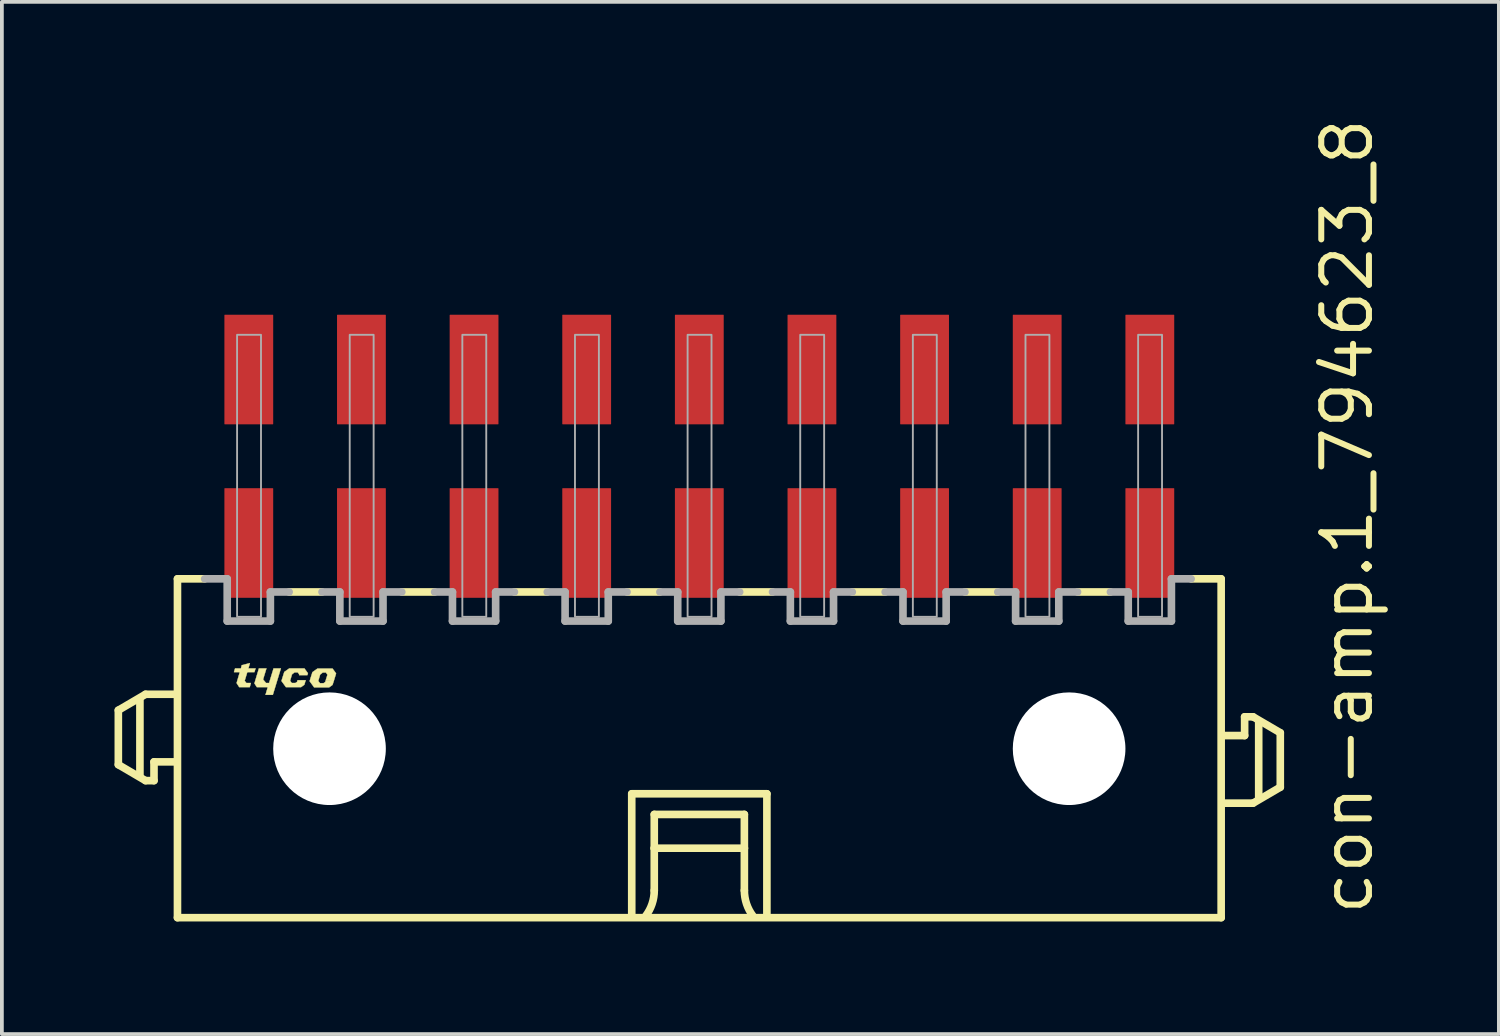
<source format=kicad_pcb>
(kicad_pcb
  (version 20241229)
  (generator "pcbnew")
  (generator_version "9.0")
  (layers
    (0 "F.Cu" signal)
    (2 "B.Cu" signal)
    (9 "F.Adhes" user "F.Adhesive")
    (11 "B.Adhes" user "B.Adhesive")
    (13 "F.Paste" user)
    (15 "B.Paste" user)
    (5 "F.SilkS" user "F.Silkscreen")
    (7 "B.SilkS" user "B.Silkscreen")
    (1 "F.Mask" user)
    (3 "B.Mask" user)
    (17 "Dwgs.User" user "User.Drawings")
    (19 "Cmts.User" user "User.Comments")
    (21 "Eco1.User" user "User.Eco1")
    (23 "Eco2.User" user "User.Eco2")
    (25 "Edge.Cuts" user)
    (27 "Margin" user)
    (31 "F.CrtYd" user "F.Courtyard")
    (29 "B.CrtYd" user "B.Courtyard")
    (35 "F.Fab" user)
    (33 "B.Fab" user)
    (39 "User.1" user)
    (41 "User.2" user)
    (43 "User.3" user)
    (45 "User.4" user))
  (footprint "con-amp.1_794623_8"
    (layer "F.Cu")
    (at 15.577 16.893)
    (property "Reference" "con-amp.1_794623_8" (at 18 4.5 90) (layer "F.SilkS") (effects (font (size 1.27 1.27) (thickness 0.16)) (justify left bottom)))
    (attr smd)
    (fp_line (start -15.475 -1.025) (end -15.475 0.425) (stroke (width 0.203) (type default)) (layer "F.SilkS"))
    (fp_line (start -15.475 0.425) (end -14.75 0.85) (stroke (width 0.203) (type default)) (layer "F.SilkS"))
    (fp_line (start -14.9 0.7) (end -14.9 -1.3) (stroke (width 0.203) (type default)) (layer "F.SilkS"))
    (fp_line (start -14.75 -1.45) (end -15.475 -1.025) (stroke (width 0.203) (type default)) (layer "F.SilkS"))
    (fp_line (start -14.75 0.85) (end -14.525 0.85) (stroke (width 0.203) (type default)) (layer "F.SilkS"))
    (fp_line (start -14.525 0.35) (end -14 0.35) (stroke (width 0.203) (type default)) (layer "F.SilkS"))
    (fp_line (start -14.525 0.85) (end -14.525 0.35) (stroke (width 0.203) (type default)) (layer "F.SilkS"))
    (fp_line (start -14 -1.45) (end -14.75 -1.45) (stroke (width 0.203) (type default)) (layer "F.SilkS"))
    (fp_line (start -13.9 -4.525) (end -13.9 4.5) (stroke (width 0.203) (type default)) (layer "F.SilkS"))
    (fp_line (start -13.9 -4.525) (end -13.175 -4.525) (stroke (width 0.203) (type default)) (layer "F.SilkS"))
    (fp_line (start -13.9 4.5) (end 13.9 4.5) (stroke (width 0.203) (type default)) (layer "F.SilkS"))
    (fp_line (start -10.05 -4.175) (end -10.925 -4.175) (stroke (width 0.203) (type default)) (layer "F.SilkS"))
    (fp_line (start -7.05 -4.175) (end -7.925 -4.175) (stroke (width 0.203) (type default)) (layer "F.SilkS"))
    (fp_line (start -4.05 -4.175) (end -4.925 -4.175) (stroke (width 0.203) (type default)) (layer "F.SilkS"))
    (fp_line (start -1.8 1.2) (end 1.8 1.2) (stroke (width 0.203) (type default)) (layer "F.SilkS"))
    (fp_line (start -1.8 4.4) (end -1.8 1.2) (stroke (width 0.203) (type default)) (layer "F.SilkS"))
    (fp_line (start -1.2 1.75) (end -1.2 2.65) (stroke (width 0.203) (type default)) (layer "F.SilkS"))
    (fp_line (start -1.2 2.65) (end -1.2 3.775) (stroke (width 0.203) (type default)) (layer "F.SilkS"))
    (fp_line (start -1.2 2.65) (end 1.2 2.65) (stroke (width 0.203) (type default)) (layer "F.SilkS"))
    (fp_line (start -1.05 -4.175) (end -1.925 -4.175) (stroke (width 0.203) (type default)) (layer "F.SilkS"))
    (fp_line (start 1.2 1.75) (end -1.2 1.75) (stroke (width 0.203) (type default)) (layer "F.SilkS"))
    (fp_line (start 1.2 2.65) (end 1.2 1.75) (stroke (width 0.203) (type default)) (layer "F.SilkS"))
    (fp_line (start 1.2 2.65) (end 1.2 3.775) (stroke (width 0.203) (type default)) (layer "F.SilkS"))
    (fp_line (start 1.8 1.2) (end 1.8 4.4) (stroke (width 0.203) (type default)) (layer "F.SilkS"))
    (fp_line (start 1.95 -4.175) (end 1.075 -4.175) (stroke (width 0.203) (type default)) (layer "F.SilkS"))
    (fp_line (start 4.95 -4.175) (end 4.075 -4.175) (stroke (width 0.203) (type default)) (layer "F.SilkS"))
    (fp_line (start 7.95 -4.175) (end 7.075 -4.175) (stroke (width 0.203) (type default)) (layer "F.SilkS"))
    (fp_line (start 10.95 -4.175) (end 10.075 -4.175) (stroke (width 0.203) (type default)) (layer "F.SilkS"))
    (fp_line (start 13.9 -4.525) (end 13.1 -4.525) (stroke (width 0.203) (type default)) (layer "F.SilkS"))
    (fp_line (start 13.9 4.5) (end 13.9 -4.525) (stroke (width 0.203) (type default)) (layer "F.SilkS"))
    (fp_line (start 14 1.45) (end 14.75 1.45) (stroke (width 0.203) (type default)) (layer "F.SilkS"))
    (fp_line (start 14.525 -0.85) (end 14.525 -0.35) (stroke (width 0.203) (type default)) (layer "F.SilkS"))
    (fp_line (start 14.525 -0.35) (end 14 -0.35) (stroke (width 0.203) (type default)) (layer "F.SilkS"))
    (fp_line (start 14.75 -0.85) (end 14.525 -0.85) (stroke (width 0.203) (type default)) (layer "F.SilkS"))
    (fp_line (start 14.75 1.45) (end 15.475 1.025) (stroke (width 0.203) (type default)) (layer "F.SilkS"))
    (fp_line (start 14.9 1.3) (end 14.9 -0.7) (stroke (width 0.203) (type default)) (layer "F.SilkS"))
    (fp_line (start 15.475 -0.425) (end 14.75 -0.85) (stroke (width 0.203) (type default)) (layer "F.SilkS"))
    (fp_line (start 15.475 1.025) (end 15.475 -0.425) (stroke (width 0.203) (type default)) (layer "F.SilkS"))
    (fp_arc (start -1.2 3.775) (mid -1.257731 4.130756) (end -1.425 4.45) (stroke (width 0.2032) (type default)) (layer "F.SilkS"))
    (fp_arc (start 1.425 4.45) (mid 1.257731 4.130756) (end 1.2 3.775) (stroke (width 0.2032) (type default)) (layer "F.SilkS"))
    (fp_poly (pts (xy -11.73 -2.14) (xy -11.53 -2.14) (xy -11.62 -1.845) (xy -11.54 -1.75) (xy -11.46 -1.75) (xy -11.34 -2.14) (xy -11.145 -2.14) (xy -11.36 -1.435) (xy -11.555 -1.435) (xy -11.495 -1.64) (xy -11.785 -1.64) (xy -11.85 -1.74)) (stroke (width 0.01) (type default)) (fill yes) (layer "F.SilkS"))
    (fp_poly (pts (xy -12.365 -2.14) (xy -12.21 -2.14) (xy -12.188 -2.225) (xy -11.97 -2.28) (xy -12.01 -2.14) (xy -11.82 -2.14) (xy -11.85 -2.04) (xy -12.04 -2.04) (xy -12.11 -1.81) (xy -12.065 -1.75) (xy -11.945 -1.75) (xy -11.975 -1.64) (xy -12.255 -1.64) (xy -12.325 -1.75) (xy -12.24 -2.04) (xy -12.395 -2.04)) (stroke (width 0.01) (type default)) (fill yes) (layer "F.SilkS"))
    (fp_poly (pts (xy -10.66 -1.96) (xy -10.44 -1.96) (xy -10.425 -2.01) (xy -10.52 -2.14) (xy -10.92 -2.14) (xy -11.055 -2.045) (xy -11.13 -1.805) (xy -11.01 -1.64) (xy -10.61 -1.64) (xy -10.52 -1.705) (xy -10.485 -1.825) (xy -10.7 -1.825) (xy -10.715 -1.78) (xy -10.76 -1.75) (xy -10.855 -1.75) (xy -10.9 -1.81) (xy -10.85 -1.98) (xy -10.78 -2.035) (xy -10.695 -2.035) (xy -10.655 -1.975)) (stroke (width 0.01) (type default)) (fill yes) (layer "F.SilkS"))
    (fp_poly (pts (xy -9.95 -1.825) (xy -9.73 -1.825) (xy -9.675 -2.005) (xy -9.77 -2.135) (xy -10.17 -2.135) (xy -10.305 -2.04) (xy -10.38 -1.8) (xy -10.26 -1.635) (xy -9.86 -1.635) (xy -9.77 -1.7) (xy -9.73 -1.825) (xy -9.95 -1.82) (xy -9.965 -1.775) (xy -10.01 -1.745) (xy -10.105 -1.745) (xy -10.15 -1.805) (xy -10.1 -1.975) (xy -10.03 -2.03) (xy -9.945 -2.03) (xy -9.905 -1.97)) (stroke (width 0.01) (type default)) (fill yes) (layer "F.SilkS"))
    (fp_line (start -12.575 -4.525) (end -13.175 -4.525) (stroke (width 0.203) (type default)) (layer "F.Fab"))
    (fp_line (start -12.575 -3.4) (end -12.575 -4.525) (stroke (width 0.203) (type default)) (layer "F.Fab"))
    (fp_line (start -11.425 -4.175) (end -11.425 -3.4) (stroke (width 0.203) (type default)) (layer "F.Fab"))
    (fp_line (start -11.425 -3.4) (end -12.575 -3.4) (stroke (width 0.203) (type default)) (layer "F.Fab"))
    (fp_line (start -10.925 -4.175) (end -11.425 -4.175) (stroke (width 0.203) (type default)) (layer "F.Fab"))
    (fp_line (start -9.575 -4.175) (end -10.05 -4.175) (stroke (width 0.203) (type default)) (layer "F.Fab"))
    (fp_line (start -9.575 -3.4) (end -9.575 -4.175) (stroke (width 0.203) (type default)) (layer "F.Fab"))
    (fp_line (start -8.425 -4.175) (end -8.425 -3.4) (stroke (width 0.203) (type default)) (layer "F.Fab"))
    (fp_line (start -8.425 -3.4) (end -9.575 -3.4) (stroke (width 0.203) (type default)) (layer "F.Fab"))
    (fp_line (start -7.925 -4.175) (end -8.425 -4.175) (stroke (width 0.203) (type default)) (layer "F.Fab"))
    (fp_line (start -6.575 -4.175) (end -7.05 -4.175) (stroke (width 0.203) (type default)) (layer "F.Fab"))
    (fp_line (start -6.575 -3.4) (end -6.575 -4.175) (stroke (width 0.203) (type default)) (layer "F.Fab"))
    (fp_line (start -5.425 -4.175) (end -5.425 -3.4) (stroke (width 0.203) (type default)) (layer "F.Fab"))
    (fp_line (start -5.425 -3.4) (end -6.575 -3.4) (stroke (width 0.203) (type default)) (layer "F.Fab"))
    (fp_line (start -4.925 -4.175) (end -5.425 -4.175) (stroke (width 0.203) (type default)) (layer "F.Fab"))
    (fp_line (start -3.575 -4.175) (end -4.05 -4.175) (stroke (width 0.203) (type default)) (layer "F.Fab"))
    (fp_line (start -3.575 -3.4) (end -3.575 -4.175) (stroke (width 0.203) (type default)) (layer "F.Fab"))
    (fp_line (start -2.425 -4.175) (end -2.425 -3.4) (stroke (width 0.203) (type default)) (layer "F.Fab"))
    (fp_line (start -2.425 -3.4) (end -3.575 -3.4) (stroke (width 0.203) (type default)) (layer "F.Fab"))
    (fp_line (start -1.925 -4.175) (end -2.425 -4.175) (stroke (width 0.203) (type default)) (layer "F.Fab"))
    (fp_line (start -0.575 -4.175) (end -1.05 -4.175) (stroke (width 0.203) (type default)) (layer "F.Fab"))
    (fp_line (start -0.575 -3.4) (end -0.575 -4.175) (stroke (width 0.203) (type default)) (layer "F.Fab"))
    (fp_line (start 0.575 -4.175) (end 0.575 -3.4) (stroke (width 0.203) (type default)) (layer "F.Fab"))
    (fp_line (start 0.575 -3.4) (end -0.575 -3.4) (stroke (width 0.203) (type default)) (layer "F.Fab"))
    (fp_line (start 1.075 -4.175) (end 0.575 -4.175) (stroke (width 0.203) (type default)) (layer "F.Fab"))
    (fp_line (start 2.425 -4.175) (end 1.95 -4.175) (stroke (width 0.203) (type default)) (layer "F.Fab"))
    (fp_line (start 2.425 -3.4) (end 2.425 -4.175) (stroke (width 0.203) (type default)) (layer "F.Fab"))
    (fp_line (start 3.575 -4.175) (end 3.575 -3.4) (stroke (width 0.203) (type default)) (layer "F.Fab"))
    (fp_line (start 3.575 -3.4) (end 2.425 -3.4) (stroke (width 0.203) (type default)) (layer "F.Fab"))
    (fp_line (start 4.075 -4.175) (end 3.575 -4.175) (stroke (width 0.203) (type default)) (layer "F.Fab"))
    (fp_line (start 5.425 -4.175) (end 4.95 -4.175) (stroke (width 0.203) (type default)) (layer "F.Fab"))
    (fp_line (start 5.425 -3.4) (end 5.425 -4.175) (stroke (width 0.203) (type default)) (layer "F.Fab"))
    (fp_line (start 6.575 -4.175) (end 6.575 -3.4) (stroke (width 0.203) (type default)) (layer "F.Fab"))
    (fp_line (start 6.575 -3.4) (end 5.425 -3.4) (stroke (width 0.203) (type default)) (layer "F.Fab"))
    (fp_line (start 7.075 -4.175) (end 6.575 -4.175) (stroke (width 0.203) (type default)) (layer "F.Fab"))
    (fp_line (start 8.425 -4.175) (end 7.95 -4.175) (stroke (width 0.203) (type default)) (layer "F.Fab"))
    (fp_line (start 8.425 -3.4) (end 8.425 -4.175) (stroke (width 0.203) (type default)) (layer "F.Fab"))
    (fp_line (start 9.575 -4.175) (end 9.575 -3.4) (stroke (width 0.203) (type default)) (layer "F.Fab"))
    (fp_line (start 9.575 -3.4) (end 8.425 -3.4) (stroke (width 0.203) (type default)) (layer "F.Fab"))
    (fp_line (start 10.075 -4.175) (end 9.575 -4.175) (stroke (width 0.203) (type default)) (layer "F.Fab"))
    (fp_line (start 11.425 -4.175) (end 10.95 -4.175) (stroke (width 0.203) (type default)) (layer "F.Fab"))
    (fp_line (start 11.425 -3.4) (end 11.425 -4.175) (stroke (width 0.203) (type default)) (layer "F.Fab"))
    (fp_line (start 12.575 -4.525) (end 12.575 -3.4) (stroke (width 0.203) (type default)) (layer "F.Fab"))
    (fp_line (start 12.575 -3.4) (end 11.425 -3.4) (stroke (width 0.203) (type default)) (layer "F.Fab"))
    (fp_line (start 13.1 -4.525) (end 12.575 -4.525) (stroke (width 0.203) (type default)) (layer "F.Fab"))
    (fp_rect (start -12.312 -3.513) (end -11.675 -11.025) (stroke (width 0.05) (type default)) (fill no) (layer "F.Fab"))
    (fp_rect (start -9.312 -3.513) (end -8.675 -11.025) (stroke (width 0.05) (type default)) (fill no) (layer "F.Fab"))
    (fp_rect (start -6.312 -3.513) (end -5.675 -11.025) (stroke (width 0.05) (type default)) (fill no) (layer "F.Fab"))
    (fp_rect (start -3.312 -3.513) (end -2.675 -11.025) (stroke (width 0.05) (type default)) (fill no) (layer "F.Fab"))
    (fp_rect (start -0.312 -3.513) (end 0.325 -11.025) (stroke (width 0.05) (type default)) (fill no) (layer "F.Fab"))
    (fp_rect (start 2.688 -3.513) (end 3.325 -11.025) (stroke (width 0.05) (type default)) (fill no) (layer "F.Fab"))
    (fp_rect (start 5.688 -3.513) (end 6.325 -11.025) (stroke (width 0.05) (type default)) (fill no) (layer "F.Fab"))
    (fp_rect (start 8.688 -3.513) (end 9.325 -11.025) (stroke (width 0.05) (type default)) (fill no) (layer "F.Fab"))
    (fp_rect (start 11.688 -3.513) (end 12.325 -11.025) (stroke (width 0.05) (type default)) (fill no) (layer "F.Fab"))
    (pad "" np_thru_hole circle (at -9.85 0) (size 3 3) (drill 3) (layers "*.Cu" "*.Mask"))
    (pad "" np_thru_hole circle (at 9.85 0) (size 3 3) (drill 3) (layers "*.Cu" "*.Mask"))
    (pad "1" smd roundrect (at 12 -10.1) (size 1.3 2.92) (layers "F.Cu" "F.Mask" "F.Paste") (roundrect_rratio 0.01))
    (pad "2" smd roundrect (at 12 -5.48) (size 1.3 2.92) (layers "F.Cu" "F.Mask" "F.Paste") (roundrect_rratio 0.01))
    (pad "3" smd roundrect (at 9 -10.1) (size 1.3 2.92) (layers "F.Cu" "F.Mask" "F.Paste") (roundrect_rratio 0.01))
    (pad "4" smd roundrect (at 9 -5.48) (size 1.3 2.92) (layers "F.Cu" "F.Mask" "F.Paste") (roundrect_rratio 0.01))
    (pad "5" smd roundrect (at 6 -10.1) (size 1.3 2.92) (layers "F.Cu" "F.Mask" "F.Paste") (roundrect_rratio 0.01))
    (pad "6" smd roundrect (at 6 -5.48) (size 1.3 2.92) (layers "F.Cu" "F.Mask" "F.Paste") (roundrect_rratio 0.01))
    (pad "7" smd roundrect (at 3 -10.1) (size 1.3 2.92) (layers "F.Cu" "F.Mask" "F.Paste") (roundrect_rratio 0.01))
    (pad "8" smd roundrect (at 3 -5.48) (size 1.3 2.92) (layers "F.Cu" "F.Mask" "F.Paste") (roundrect_rratio 0.01))
    (pad "9" smd roundrect (at 0 -10.1) (size 1.3 2.92) (layers "F.Cu" "F.Mask" "F.Paste") (roundrect_rratio 0.01))
    (pad "10" smd roundrect (at 0 -5.48) (size 1.3 2.92) (layers "F.Cu" "F.Mask" "F.Paste") (roundrect_rratio 0.01))
    (pad "11" smd roundrect (at -3 -10.1) (size 1.3 2.92) (layers "F.Cu" "F.Mask" "F.Paste") (roundrect_rratio 0.01))
    (pad "12" smd roundrect (at -3 -5.48) (size 1.3 2.92) (layers "F.Cu" "F.Mask" "F.Paste") (roundrect_rratio 0.01))
    (pad "13" smd roundrect (at -6 -10.1) (size 1.3 2.92) (layers "F.Cu" "F.Mask" "F.Paste") (roundrect_rratio 0.01))
    (pad "14" smd roundrect (at -6 -5.48) (size 1.3 2.92) (layers "F.Cu" "F.Mask" "F.Paste") (roundrect_rratio 0.01))
    (pad "15" smd roundrect (at -9 -10.1) (size 1.3 2.92) (layers "F.Cu" "F.Mask" "F.Paste") (roundrect_rratio 0.01))
    (pad "16" smd roundrect (at -9 -5.48) (size 1.3 2.92) (layers "F.Cu" "F.Mask" "F.Paste") (roundrect_rratio 0.01))
    (pad "17" smd roundrect (at -12 -10.1) (size 1.3 2.92) (layers "F.Cu" "F.Mask" "F.Paste") (roundrect_rratio 0.01))
    (pad "18" smd roundrect (at -12 -5.48) (size 1.3 2.92) (layers "F.Cu" "F.Mask" "F.Paste") (roundrect_rratio 0.01)))
  (gr_rect
    (start -3 -3)
    (end 36.874 24.494)
    (stroke (width 0.1) (type default))
    (fill no)
    (layer "Edge.Cuts")))
</source>
